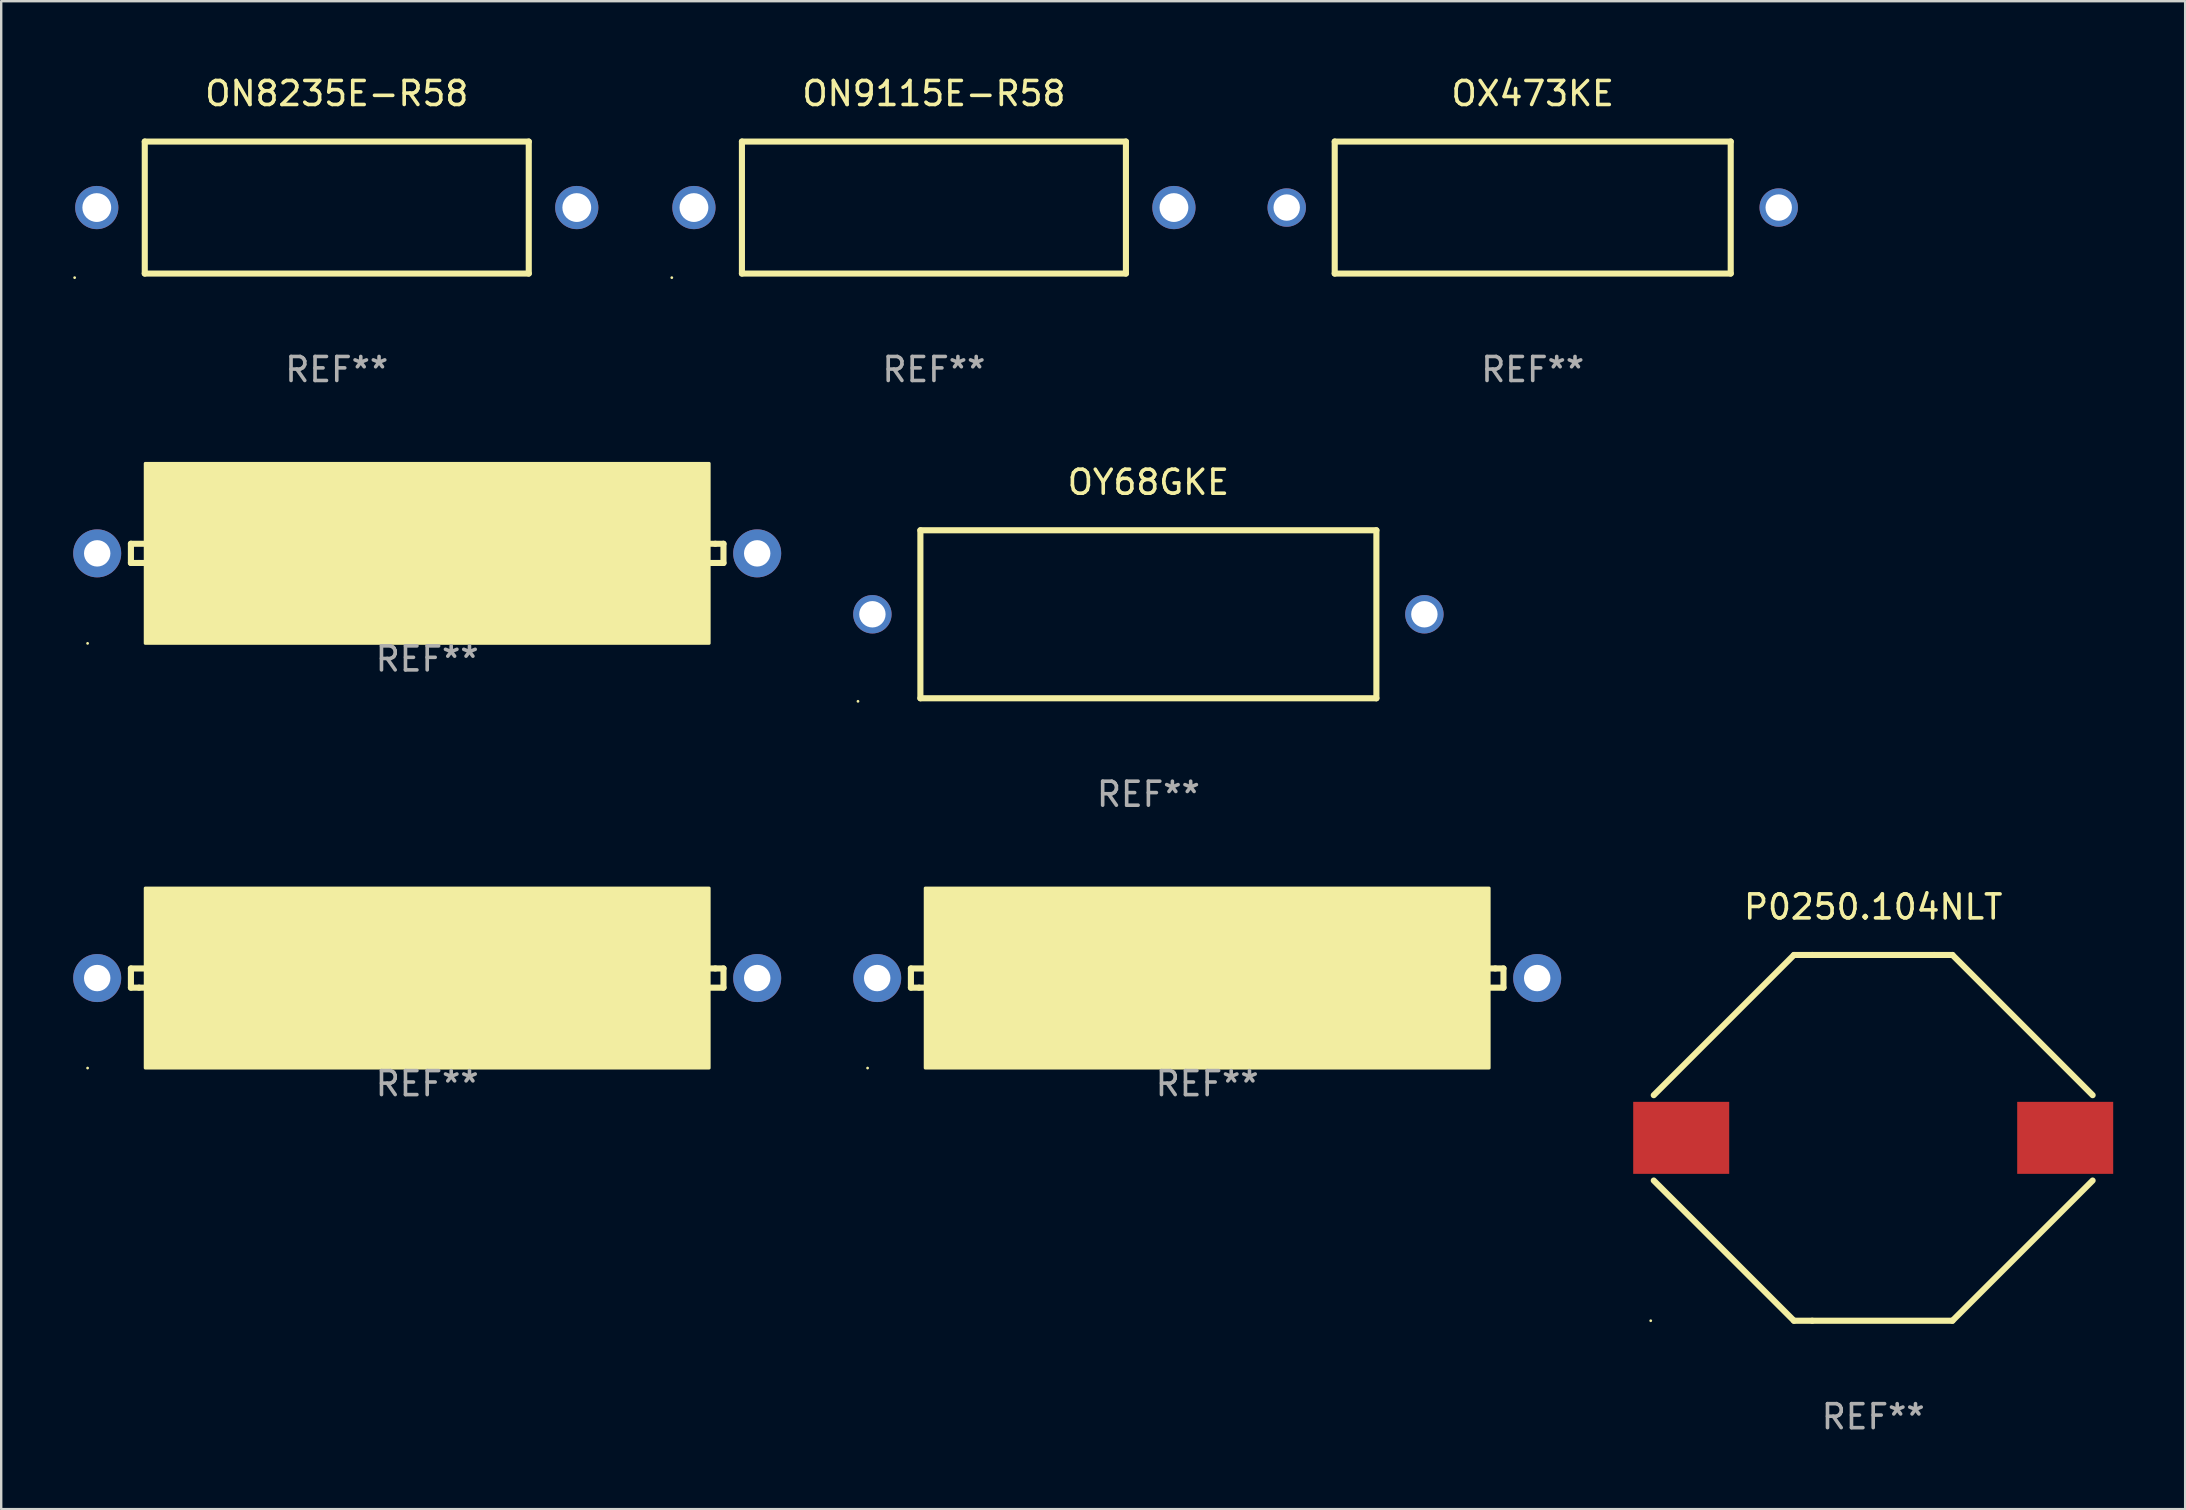
<source format=kicad_pcb>
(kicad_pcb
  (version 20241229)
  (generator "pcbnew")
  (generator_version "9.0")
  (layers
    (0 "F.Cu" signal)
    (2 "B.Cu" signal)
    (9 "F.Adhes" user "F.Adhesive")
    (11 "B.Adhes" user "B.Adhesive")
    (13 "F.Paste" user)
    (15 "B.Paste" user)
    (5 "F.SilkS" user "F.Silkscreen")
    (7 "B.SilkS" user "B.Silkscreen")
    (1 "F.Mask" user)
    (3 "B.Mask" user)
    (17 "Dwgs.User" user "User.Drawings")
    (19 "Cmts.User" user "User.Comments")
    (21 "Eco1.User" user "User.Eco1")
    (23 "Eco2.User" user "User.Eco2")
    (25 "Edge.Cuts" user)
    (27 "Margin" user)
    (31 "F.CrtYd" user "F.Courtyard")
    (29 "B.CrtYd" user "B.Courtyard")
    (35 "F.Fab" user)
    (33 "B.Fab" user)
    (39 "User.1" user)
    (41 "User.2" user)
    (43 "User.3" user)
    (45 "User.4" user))
  (footprint "P0250.104NLT"
    (layer "F.Cu")
    (at 75.001 44.361)
    (property "Reference" "P0250.104NLT" (at 0 -9.62 0) (layer "F.SilkS") (effects (font (size 1 1) (thickness 0.15))))
    (attr through_hole)
    (fp_line (start -3.302 -7.62) (end -9.144 -1.778) (stroke (width 0.254) (type solid)) (layer "F.SilkS"))
    (fp_line (start -3.302 7.62) (end -9.144 1.778) (stroke (width 0.254) (type solid)) (layer "F.SilkS"))
    (fp_line (start -2.541 -7.62) (end 2.539 -7.62) (stroke (width 0.254) (type solid)) (layer "F.SilkS"))
    (fp_line (start -2.541 7.62) (end 3.301 7.62) (stroke (width 0.254) (type solid)) (layer "F.SilkS"))
    (fp_line (start -2.54 -7.62) (end -3.302 -7.62) (stroke (width 0.254) (type solid)) (layer "F.SilkS"))
    (fp_line (start -2.54 7.62) (end -3.302 7.62) (stroke (width 0.254) (type solid)) (layer "F.SilkS"))
    (fp_line (start 2.54 -7.62) (end 3.302 -7.62) (stroke (width 0.254) (type solid)) (layer "F.SilkS"))
    (fp_line (start 3.301 7.62) (end 9.143 1.778) (stroke (width 0.254) (type solid)) (layer "F.SilkS"))
    (fp_line (start 3.302 -7.62) (end 9.144 -1.778) (stroke (width 0.254) (type solid)) (layer "F.SilkS"))
    (fp_circle (center -9.27 7.62) (end -9.24 7.62) (stroke (width 0.06) (type solid)) (fill no) (layer "F.SilkS"))
    (fp_text user "REF**" (at 0 11.62 0) (layer "F.Fab") (effects (font (size 1 1) (thickness 0.15))))
    (pad "1" smd rect (at -8 0) (size 4 3) (layers "F.Cu" "F.Mask" "F.Paste"))
    (pad "2" smd rect (at 8 0) (size 4 3) (layers "F.Cu" "F.Mask" "F.Paste")))
  (footprint "ON8235E-R58"
    (layer "F.Cu")
    (at 10.982 5.598)
    (property "Reference" "ON8235E-R58" (at 0 -4.75 0) (layer "F.SilkS") (effects (font (size 1 1) (thickness 0.15))))
    (attr through_hole)
    (fp_line (start -8 -2.75) (end -8 2.75) (stroke (width 0.254) (type solid)) (layer "F.SilkS"))
    (fp_line (start -8 -2.75) (end 8 -2.75) (stroke (width 0.254) (type solid)) (layer "F.SilkS"))
    (fp_line (start 8 -2.75) (end 8 2.75) (stroke (width 0.254) (type solid)) (layer "F.SilkS"))
    (fp_line (start 8 2.75) (end -8 2.75) (stroke (width 0.254) (type solid)) (layer "F.SilkS"))
    (fp_circle (center -10.922 2.921) (end -10.892 2.921) (stroke (width 0.06) (type solid)) (fill no) (layer "F.SilkS"))
    (fp_text user "REF**" (at 0 6.75 0) (layer "F.Fab") (effects (font (size 1 1) (thickness 0.15))))
    (pad "1" thru_hole circle (at -10 0) (size 1.8 1.8) (drill 1.2) (layers "*.Cu" "*.Mask"))
    (pad "2" thru_hole circle (at 10 0) (size 1.8 1.8) (drill 1.2) (layers "*.Cu" "*.Mask")))
  (footprint "OY68GKE"
    (layer "F.Cu")
    (at 44.8 22.545)
    (property "Reference" "OY68GKE" (at 0 -5.5 0) (layer "F.SilkS") (effects (font (size 1 1) (thickness 0.15))))
    (attr through_hole)
    (fp_line (start -9.5 -3.5) (end 9.5 -3.5) (stroke (width 0.254) (type solid)) (layer "F.SilkS"))
    (fp_line (start -9.5 3.5) (end -9.5 -3.5) (stroke (width 0.254) (type solid)) (layer "F.SilkS"))
    (fp_line (start -9.5 3.5) (end 9.5 3.5) (stroke (width 0.254) (type solid)) (layer "F.SilkS"))
    (fp_line (start 9.5 -3.5) (end 9.5 3.5) (stroke (width 0.254) (type solid)) (layer "F.SilkS"))
    (fp_circle (center -12.1 3.627) (end -12.07 3.627) (stroke (width 0.06) (type solid)) (fill no) (layer "F.SilkS"))
    (fp_text user "REF**" (at 0 7.5 0) (layer "F.Fab") (effects (font (size 1 1) (thickness 0.15))))
    (pad "1" thru_hole circle (at -11.5 0) (size 1.6 1.6) (drill 1.1) (layers "*.Cu" "*.Mask"))
    (pad "2" thru_hole circle (at 11.5 0) (size 1.6 1.6) (drill 1.1) (layers "*.Cu" "*.Mask")))
  (footprint "OY220KE"
    (layer "F.Cu")
    (at 47.25 37.703)
    (property "Reference" "OY220KE" (at 0 -2.4 0) (layer "F.SilkS") (effects (font (size 1 1) (thickness 0.15))))
    (attr through_hole)
    (fp_line (start -12.345 -0.4) (end -12.345 0.4) (stroke (width 0.254) (type solid)) (layer "F.SilkS"))
    (fp_line (start -12.345 -0.4) (end -11.75 -0.4) (stroke (width 0.254) (type solid)) (layer "F.SilkS"))
    (fp_line (start -12.345 0.4) (end -12.005 0.4) (stroke (width 0.254) (type solid)) (layer "F.SilkS"))
    (fp_line (start -12.005 0.4) (end -11.815 0.4) (stroke (width 0.254) (type solid)) (layer "F.SilkS"))
    (fp_line (start 12.005 -0.4) (end 11.815 -0.4) (stroke (width 0.254) (type solid)) (layer "F.SilkS"))
    (fp_line (start 12.345 -0.4) (end 12.005 -0.4) (stroke (width 0.254) (type solid)) (layer "F.SilkS"))
    (fp_line (start 12.345 0.4) (end 11.75 0.4) (stroke (width 0.254) (type solid)) (layer "F.SilkS"))
    (fp_line (start 12.345 0.4) (end 12.345 -0.4) (stroke (width 0.254) (type solid)) (layer "F.SilkS"))
    (fp_circle (center -14.15 3.75) (end -14.12 3.75) (stroke (width 0.06) (type solid)) (fill no) (layer "F.SilkS"))
    (fp_poly (pts (xy -11.75 -3.75) (xy 11.75 -3.75) (xy 11.75 3.75) (xy -11.75 3.75)) (stroke (width 0.12) (type solid)) (fill yes) (layer "F.SilkS"))
    (fp_text user "REF**" (at 0 4.4 0) (layer "F.Fab") (effects (font (size 1 1) (thickness 0.15))))
    (pad "1" thru_hole circle (at -13.75 0) (size 2 2) (drill 1.1) (layers "*.Cu" "*.Mask"))
    (pad "2" thru_hole circle (at 13.75 0) (size 2 2) (drill 1.1) (layers "*.Cu" "*.Mask")))
  (footprint "OY33GKE"
    (layer "F.Cu")
    (at 14.75 20.007)
    (property "Reference" "OY33GKE" (at 0 -2.4 0) (layer "F.SilkS") (effects (font (size 1 1) (thickness 0.15))))
    (attr through_hole)
    (fp_line (start -12.345 -0.4) (end -12.345 0.4) (stroke (width 0.254) (type solid)) (layer "F.SilkS"))
    (fp_line (start -12.345 -0.4) (end -11.75 -0.4) (stroke (width 0.254) (type solid)) (layer "F.SilkS"))
    (fp_line (start -12.345 0.4) (end -12.005 0.4) (stroke (width 0.254) (type solid)) (layer "F.SilkS"))
    (fp_line (start -12.005 0.4) (end -11.815 0.4) (stroke (width 0.254) (type solid)) (layer "F.SilkS"))
    (fp_line (start 12.005 -0.4) (end 11.815 -0.4) (stroke (width 0.254) (type solid)) (layer "F.SilkS"))
    (fp_line (start 12.345 -0.4) (end 12.005 -0.4) (stroke (width 0.254) (type solid)) (layer "F.SilkS"))
    (fp_line (start 12.345 0.4) (end 11.75 0.4) (stroke (width 0.254) (type solid)) (layer "F.SilkS"))
    (fp_line (start 12.345 0.4) (end 12.345 -0.4) (stroke (width 0.254) (type solid)) (layer "F.SilkS"))
    (fp_circle (center -14.15 3.75) (end -14.12 3.75) (stroke (width 0.06) (type solid)) (fill no) (layer "F.SilkS"))
    (fp_poly (pts (xy -11.75 -3.75) (xy 11.75 -3.75) (xy 11.75 3.75) (xy -11.75 3.75)) (stroke (width 0.12) (type solid)) (fill yes) (layer "F.SilkS"))
    (fp_text user "REF**" (at 0 4.4 0) (layer "F.Fab") (effects (font (size 1 1) (thickness 0.15))))
    (pad "1" thru_hole circle (at -13.75 0) (size 2 2) (drill 1.1) (layers "*.Cu" "*.Mask"))
    (pad "2" thru_hole circle (at 13.75 0) (size 2 2) (drill 1.1) (layers "*.Cu" "*.Mask")))
  (footprint "OY100KE"
    (layer "F.Cu")
    (at 14.75 37.703)
    (property "Reference" "OY100KE" (at 0 -2.4 0) (layer "F.SilkS") (effects (font (size 1 1) (thickness 0.15))))
    (attr through_hole)
    (fp_line (start -12.345 -0.4) (end -12.345 0.4) (stroke (width 0.254) (type solid)) (layer "F.SilkS"))
    (fp_line (start -12.345 -0.4) (end -11.75 -0.4) (stroke (width 0.254) (type solid)) (layer "F.SilkS"))
    (fp_line (start -12.345 0.4) (end -12.005 0.4) (stroke (width 0.254) (type solid)) (layer "F.SilkS"))
    (fp_line (start -12.005 0.4) (end -11.815 0.4) (stroke (width 0.254) (type solid)) (layer "F.SilkS"))
    (fp_line (start 12.005 -0.4) (end 11.815 -0.4) (stroke (width 0.254) (type solid)) (layer "F.SilkS"))
    (fp_line (start 12.345 -0.4) (end 12.005 -0.4) (stroke (width 0.254) (type solid)) (layer "F.SilkS"))
    (fp_line (start 12.345 0.4) (end 11.75 0.4) (stroke (width 0.254) (type solid)) (layer "F.SilkS"))
    (fp_line (start 12.345 0.4) (end 12.345 -0.4) (stroke (width 0.254) (type solid)) (layer "F.SilkS"))
    (fp_circle (center -14.15 3.75) (end -14.12 3.75) (stroke (width 0.06) (type solid)) (fill no) (layer "F.SilkS"))
    (fp_poly (pts (xy -11.75 -3.75) (xy 11.75 -3.75) (xy 11.75 3.75) (xy -11.75 3.75)) (stroke (width 0.12) (type solid)) (fill yes) (layer "F.SilkS"))
    (fp_text user "REF**" (at 0 4.4 0) (layer "F.Fab") (effects (font (size 1 1) (thickness 0.15))))
    (pad "1" thru_hole circle (at -13.75 0) (size 2 2) (drill 1.1) (layers "*.Cu" "*.Mask"))
    (pad "2" thru_hole circle (at 13.75 0) (size 2 2) (drill 1.1) (layers "*.Cu" "*.Mask")))
  (footprint "OX473KE"
    (layer "F.Cu")
    (at 60.814 5.598)
    (property "Reference" "OX473KE" (at 0 -4.75 0) (layer "F.SilkS") (effects (font (size 1 1) (thickness 0.15))))
    (attr through_hole)
    (fp_line (start -8.25 2.75) (end -8.25 -2.75) (stroke (width 0.254) (type solid)) (layer "F.SilkS"))
    (fp_line (start -8.25 -2.75) (end 8.25 -2.75) (stroke (width 0.254) (type solid)) (layer "F.SilkS"))
    (fp_line (start -8.25 2.75) (end 8.25 2.75) (stroke (width 0.254) (type solid)) (layer "F.SilkS"))
    (fp_line (start 8.25 -2.75) (end 8.25 2.75) (stroke (width 0.254) (type solid)) (layer "F.SilkS"))
    (fp_text user "REF**" (at 0 6.75 0) (layer "F.Fab") (effects (font (size 1 1) (thickness 0.15))))
    (pad "1" thru_hole circle (at -10.25 0) (size 1.6 1.6) (drill 1.1) (layers "*.Cu" "*.Mask"))
    (pad "2" thru_hole circle (at 10.25 0) (size 1.6 1.6) (drill 1.1) (layers "*.Cu" "*.Mask")))
  (footprint "ON9115E-R58"
    (layer "F.Cu")
    (at 35.864 5.598)
    (property "Reference" "ON9115E-R58" (at 0 -4.75 0) (layer "F.SilkS") (effects (font (size 1 1) (thickness 0.15))))
    (attr through_hole)
    (fp_line (start -8 -2.75) (end -8 2.75) (stroke (width 0.254) (type solid)) (layer "F.SilkS"))
    (fp_line (start -8 -2.75) (end 8 -2.75) (stroke (width 0.254) (type solid)) (layer "F.SilkS"))
    (fp_line (start 8 -2.75) (end 8 2.75) (stroke (width 0.254) (type solid)) (layer "F.SilkS"))
    (fp_line (start 8 2.75) (end -8 2.75) (stroke (width 0.254) (type solid)) (layer "F.SilkS"))
    (fp_circle (center -10.922 2.921) (end -10.892 2.921) (stroke (width 0.06) (type solid)) (fill no) (layer "F.SilkS"))
    (fp_text user "REF**" (at 0 6.75 0) (layer "F.Fab") (effects (font (size 1 1) (thickness 0.15))))
    (pad "1" thru_hole circle (at -10 0) (size 1.8 1.8) (drill 1.2) (layers "*.Cu" "*.Mask"))
    (pad "2" thru_hole circle (at 10 0) (size 1.8 1.8) (drill 1.2) (layers "*.Cu" "*.Mask")))
  (gr_rect
    (start -3 -3)
    (end 88 59.83)
    (stroke (width 0.1) (type default))
    (fill no)
    (layer "Edge.Cuts")))
</source>
